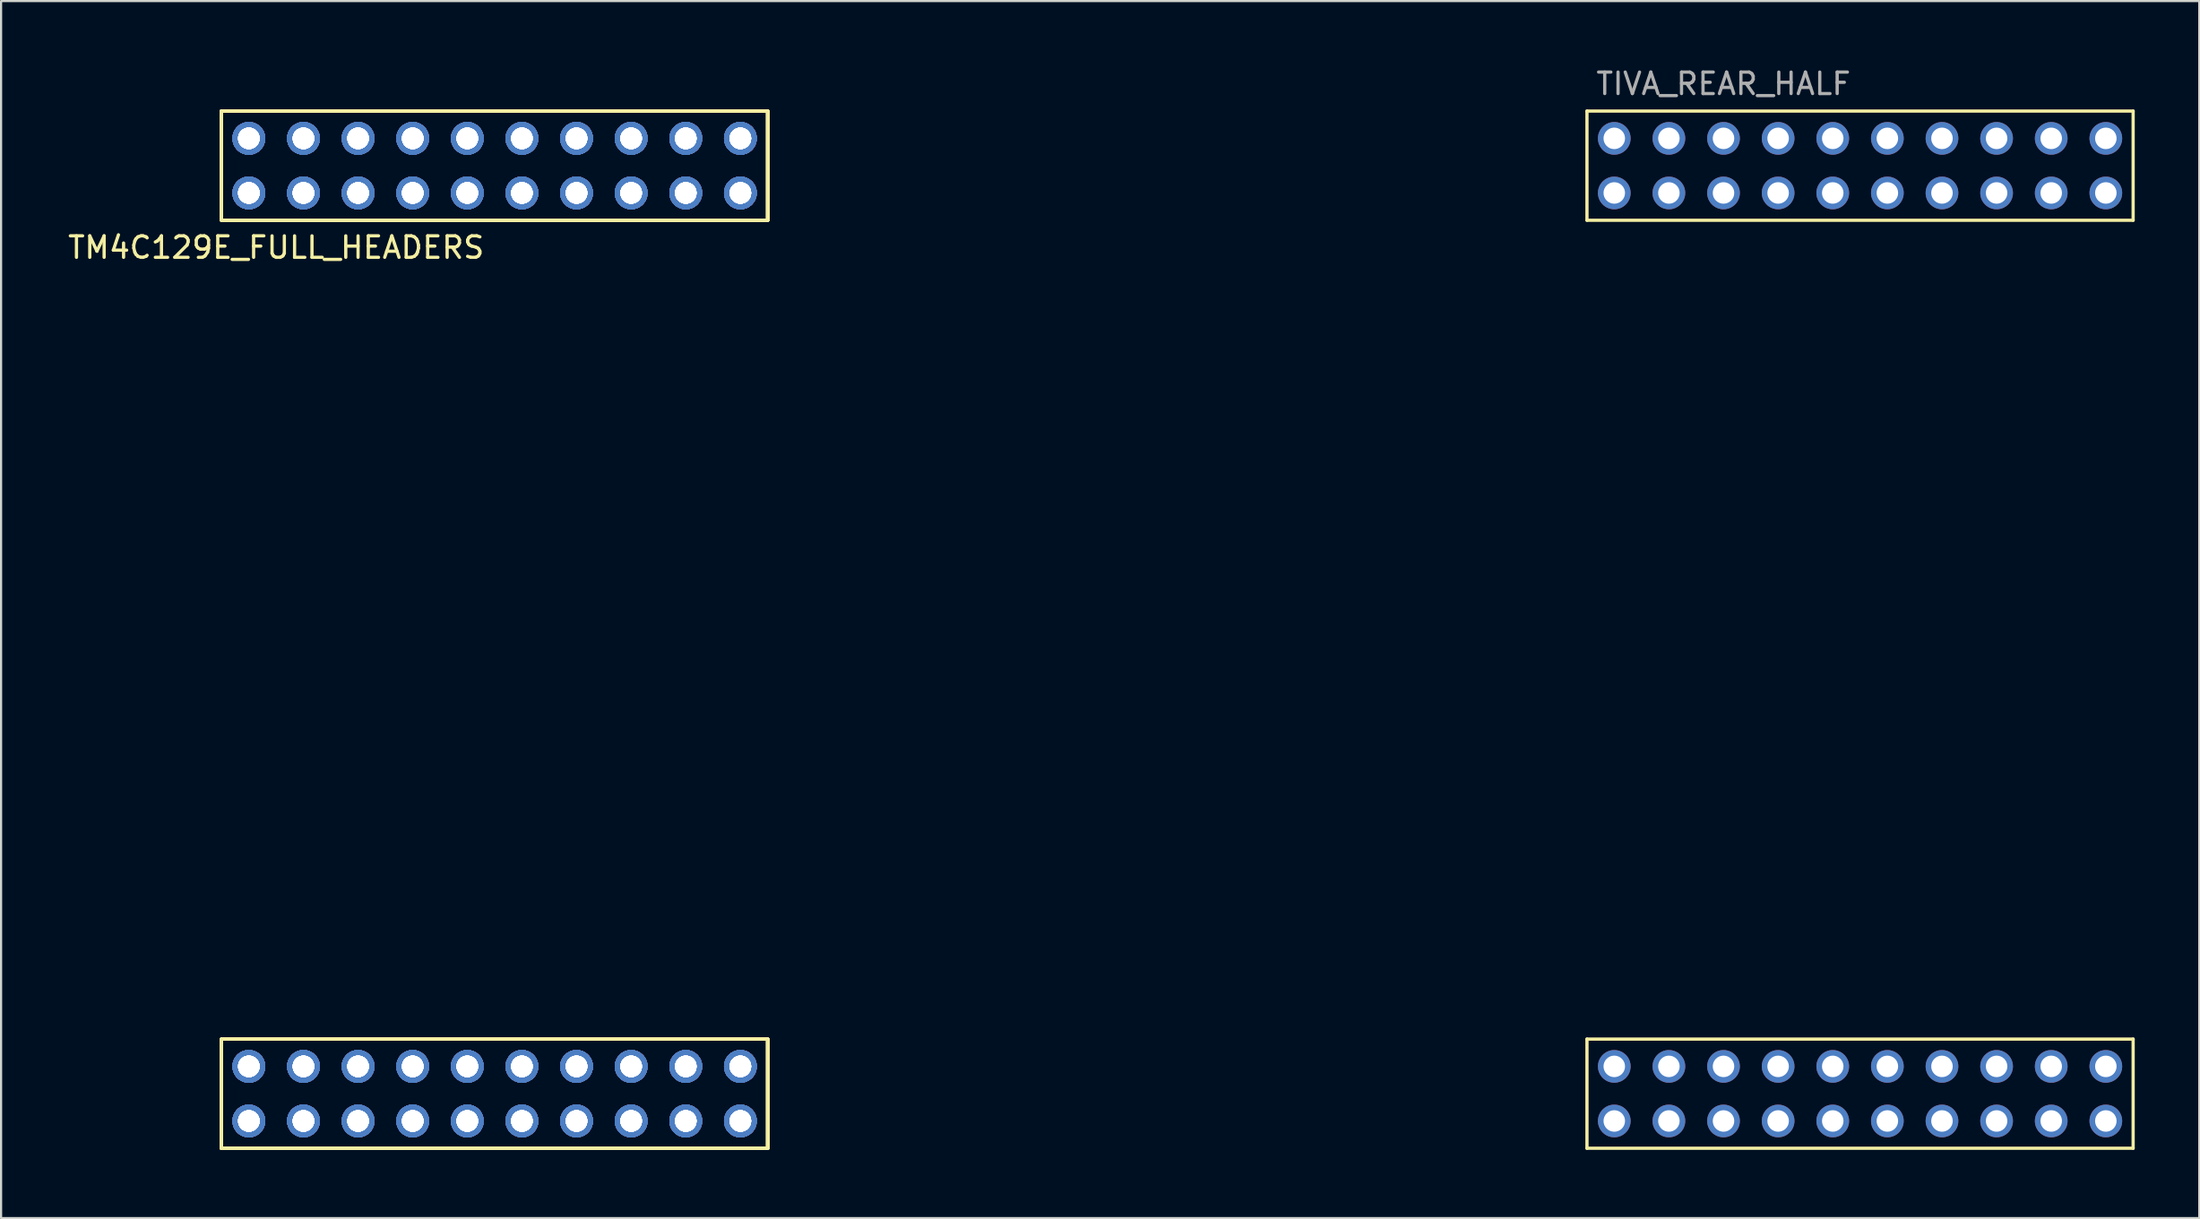
<source format=kicad_pcb>
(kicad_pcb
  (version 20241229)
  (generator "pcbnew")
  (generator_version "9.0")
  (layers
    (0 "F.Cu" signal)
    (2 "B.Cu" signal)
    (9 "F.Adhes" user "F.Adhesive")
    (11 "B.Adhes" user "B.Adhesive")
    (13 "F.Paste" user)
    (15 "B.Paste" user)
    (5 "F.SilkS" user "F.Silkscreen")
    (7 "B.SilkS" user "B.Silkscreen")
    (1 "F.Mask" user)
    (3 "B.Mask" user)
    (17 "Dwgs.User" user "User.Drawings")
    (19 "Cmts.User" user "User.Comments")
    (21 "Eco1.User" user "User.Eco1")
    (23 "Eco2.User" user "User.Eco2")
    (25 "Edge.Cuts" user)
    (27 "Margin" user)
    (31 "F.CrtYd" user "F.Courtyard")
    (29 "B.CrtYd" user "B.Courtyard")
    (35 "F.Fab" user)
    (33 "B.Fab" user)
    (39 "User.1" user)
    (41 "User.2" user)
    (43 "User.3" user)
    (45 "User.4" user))
  (footprint "TM4C129E_FULL_HEADERS"
    (layer "F.Cu")
    (at 7.252 50.378)
    (property "Reference" "TM4C129E_FULL_HEADERS" (at 2.54 -41.91 0) (layer "F.SilkS") (effects (font (size 1 1) (thickness 0.15))))
    (attr through_hole)
    (fp_line (start 0 -48.26) (end 0 -43.18) (stroke (width 0.15) (type solid)) (layer "F.SilkS"))
    (fp_line (start 0 -48.26) (end 0 -43.18) (stroke (width 0.15) (type solid)) (layer "F.SilkS"))
    (fp_line (start 0 -48.26) (end 0 -43.18) (stroke (width 0.15) (type solid)) (layer "F.SilkS"))
    (fp_line (start 0 -48.26) (end 0 -43.18) (stroke (width 0.15) (type solid)) (layer "F.SilkS"))
    (fp_line (start 0 -48.26) (end 0 -43.18) (stroke (width 0.15) (type solid)) (layer "F.SilkS"))
    (fp_line (start 0 -48.26) (end 0 -43.18) (stroke (width 0.15) (type solid)) (layer "F.SilkS"))
    (fp_line (start 0 -48.26) (end 0 -43.18) (stroke (width 0.15) (type solid)) (layer "F.SilkS"))
    (fp_line (start 0 -48.26) (end 0 -43.18) (stroke (width 0.15) (type solid)) (layer "F.SilkS"))
    (fp_line (start 0 -43.18) (end 25.4 -43.18) (stroke (width 0.15) (type solid)) (layer "F.SilkS"))
    (fp_line (start 0 -43.18) (end 25.4 -43.18) (stroke (width 0.15) (type solid)) (layer "F.SilkS"))
    (fp_line (start 0 -43.18) (end 25.4 -43.18) (stroke (width 0.15) (type solid)) (layer "F.SilkS"))
    (fp_line (start 0 -43.18) (end 25.4 -43.18) (stroke (width 0.15) (type solid)) (layer "F.SilkS"))
    (fp_line (start 0 -43.18) (end 25.4 -43.18) (stroke (width 0.15) (type solid)) (layer "F.SilkS"))
    (fp_line (start 0 -43.18) (end 25.4 -43.18) (stroke (width 0.15) (type solid)) (layer "F.SilkS"))
    (fp_line (start 0 -43.18) (end 25.4 -43.18) (stroke (width 0.15) (type solid)) (layer "F.SilkS"))
    (fp_line (start 0 -43.18) (end 25.4 -43.18) (stroke (width 0.15) (type solid)) (layer "F.SilkS"))
    (fp_line (start 0 -5.08) (end 0 0) (stroke (width 0.15) (type solid)) (layer "F.SilkS"))
    (fp_line (start 0 -5.08) (end 0 0) (stroke (width 0.15) (type solid)) (layer "F.SilkS"))
    (fp_line (start 0 -5.08) (end 0 0) (stroke (width 0.15) (type solid)) (layer "F.SilkS"))
    (fp_line (start 0 -5.08) (end 0 0) (stroke (width 0.15) (type solid)) (layer "F.SilkS"))
    (fp_line (start 0 -5.08) (end 0 0) (stroke (width 0.15) (type solid)) (layer "F.SilkS"))
    (fp_line (start 0 -5.08) (end 0 0) (stroke (width 0.15) (type solid)) (layer "F.SilkS"))
    (fp_line (start 0 -5.08) (end 0 0) (stroke (width 0.15) (type solid)) (layer "F.SilkS"))
    (fp_line (start 0 -5.08) (end 0 0) (stroke (width 0.15) (type solid)) (layer "F.SilkS"))
    (fp_line (start 0 0) (end 25.4 0) (stroke (width 0.15) (type solid)) (layer "F.SilkS"))
    (fp_line (start 0 0) (end 25.4 0) (stroke (width 0.15) (type solid)) (layer "F.SilkS"))
    (fp_line (start 0 0) (end 25.4 0) (stroke (width 0.15) (type solid)) (layer "F.SilkS"))
    (fp_line (start 0 0) (end 25.4 0) (stroke (width 0.15) (type solid)) (layer "F.SilkS"))
    (fp_line (start 0 0) (end 25.4 0) (stroke (width 0.15) (type solid)) (layer "F.SilkS"))
    (fp_line (start 0 0) (end 25.4 0) (stroke (width 0.15) (type solid)) (layer "F.SilkS"))
    (fp_line (start 0 0) (end 25.4 0) (stroke (width 0.15) (type solid)) (layer "F.SilkS"))
    (fp_line (start 0 0) (end 25.4 0) (stroke (width 0.15) (type solid)) (layer "F.SilkS"))
    (fp_line (start 25.4 -48.26) (end 0 -48.26) (stroke (width 0.15) (type solid)) (layer "F.SilkS"))
    (fp_line (start 25.4 -48.26) (end 0 -48.26) (stroke (width 0.15) (type solid)) (layer "F.SilkS"))
    (fp_line (start 25.4 -48.26) (end 0 -48.26) (stroke (width 0.15) (type solid)) (layer "F.SilkS"))
    (fp_line (start 25.4 -48.26) (end 0 -48.26) (stroke (width 0.15) (type solid)) (layer "F.SilkS"))
    (fp_line (start 25.4 -48.26) (end 0 -48.26) (stroke (width 0.15) (type solid)) (layer "F.SilkS"))
    (fp_line (start 25.4 -48.26) (end 0 -48.26) (stroke (width 0.15) (type solid)) (layer "F.SilkS"))
    (fp_line (start 25.4 -48.26) (end 0 -48.26) (stroke (width 0.15) (type solid)) (layer "F.SilkS"))
    (fp_line (start 25.4 -48.26) (end 0 -48.26) (stroke (width 0.15) (type solid)) (layer "F.SilkS"))
    (fp_line (start 25.4 -43.18) (end 25.4 -48.26) (stroke (width 0.15) (type solid)) (layer "F.SilkS"))
    (fp_line (start 25.4 -43.18) (end 25.4 -48.26) (stroke (width 0.15) (type solid)) (layer "F.SilkS"))
    (fp_line (start 25.4 -43.18) (end 25.4 -48.26) (stroke (width 0.15) (type solid)) (layer "F.SilkS"))
    (fp_line (start 25.4 -43.18) (end 25.4 -48.26) (stroke (width 0.15) (type solid)) (layer "F.SilkS"))
    (fp_line (start 25.4 -43.18) (end 25.4 -48.26) (stroke (width 0.15) (type solid)) (layer "F.SilkS"))
    (fp_line (start 25.4 -43.18) (end 25.4 -48.26) (stroke (width 0.15) (type solid)) (layer "F.SilkS"))
    (fp_line (start 25.4 -43.18) (end 25.4 -48.26) (stroke (width 0.15) (type solid)) (layer "F.SilkS"))
    (fp_line (start 25.4 -43.18) (end 25.4 -48.26) (stroke (width 0.15) (type solid)) (layer "F.SilkS"))
    (fp_line (start 25.4 -5.08) (end 0 -5.08) (stroke (width 0.15) (type solid)) (layer "F.SilkS"))
    (fp_line (start 25.4 -5.08) (end 0 -5.08) (stroke (width 0.15) (type solid)) (layer "F.SilkS"))
    (fp_line (start 25.4 -5.08) (end 0 -5.08) (stroke (width 0.15) (type solid)) (layer "F.SilkS"))
    (fp_line (start 25.4 -5.08) (end 0 -5.08) (stroke (width 0.15) (type solid)) (layer "F.SilkS"))
    (fp_line (start 25.4 -5.08) (end 0 -5.08) (stroke (width 0.15) (type solid)) (layer "F.SilkS"))
    (fp_line (start 25.4 -5.08) (end 0 -5.08) (stroke (width 0.15) (type solid)) (layer "F.SilkS"))
    (fp_line (start 25.4 -5.08) (end 0 -5.08) (stroke (width 0.15) (type solid)) (layer "F.SilkS"))
    (fp_line (start 25.4 -5.08) (end 0 -5.08) (stroke (width 0.15) (type solid)) (layer "F.SilkS"))
    (fp_line (start 25.4 0) (end 25.4 -5.08) (stroke (width 0.15) (type solid)) (layer "F.SilkS"))
    (fp_line (start 25.4 0) (end 25.4 -5.08) (stroke (width 0.15) (type solid)) (layer "F.SilkS"))
    (fp_line (start 25.4 0) (end 25.4 -5.08) (stroke (width 0.15) (type solid)) (layer "F.SilkS"))
    (fp_line (start 25.4 0) (end 25.4 -5.08) (stroke (width 0.15) (type solid)) (layer "F.SilkS"))
    (fp_line (start 25.4 0) (end 25.4 -5.08) (stroke (width 0.15) (type solid)) (layer "F.SilkS"))
    (fp_line (start 25.4 0) (end 25.4 -5.08) (stroke (width 0.15) (type solid)) (layer "F.SilkS"))
    (fp_line (start 25.4 0) (end 25.4 -5.08) (stroke (width 0.15) (type solid)) (layer "F.SilkS"))
    (fp_line (start 25.4 0) (end 25.4 -5.08) (stroke (width 0.15) (type solid)) (layer "F.SilkS"))
    (fp_line (start 63.5 -48.26) (end 63.5 -43.18) (stroke (width 0.15) (type solid)) (layer "F.SilkS"))
    (fp_line (start 63.5 -43.18) (end 88.9 -43.18) (stroke (width 0.15) (type solid)) (layer "F.SilkS"))
    (fp_line (start 63.5 -5.08) (end 63.5 0) (stroke (width 0.15) (type solid)) (layer "F.SilkS"))
    (fp_line (start 63.5 0) (end 88.9 0) (stroke (width 0.15) (type solid)) (layer "F.SilkS"))
    (fp_line (start 88.9 -48.26) (end 63.5 -48.26) (stroke (width 0.15) (type solid)) (layer "F.SilkS"))
    (fp_line (start 88.9 -43.18) (end 88.9 -48.26) (stroke (width 0.15) (type solid)) (layer "F.SilkS"))
    (fp_line (start 88.9 -5.08) (end 63.5 -5.08) (stroke (width 0.15) (type solid)) (layer "F.SilkS"))
    (fp_line (start 88.9 0) (end 88.9 -5.08) (stroke (width 0.15) (type solid)) (layer "F.SilkS"))
    (fp_text user "TIVA_REAR_HALF" (at 69.85 -49.53 0) (layer "F.Fab") (effects (font (size 1 1) (thickness 0.15))))
    (pad "A11" thru_hole circle (at 87.63 -46.99) (size 1.52 1.52) (drill 1) (layers "*.Cu" "*.Mask" "F.Paste"))
    (pad "A12" thru_hole circle (at 85.09 -46.99) (size 1.52 1.52) (drill 1) (layers "*.Cu" "*.Mask" "F.Paste"))
    (pad "A13" thru_hole circle (at 82.55 -46.99) (size 1.52 1.52) (drill 1) (layers "*.Cu" "*.Mask" "F.Paste"))
    (pad "A14" thru_hole circle (at 80.01 -46.99) (size 1.52 1.52) (drill 1) (layers "*.Cu" "*.Mask" "F.Paste"))
    (pad "A15" thru_hole circle (at 77.47 -46.99) (size 1.52 1.52) (drill 1) (layers "*.Cu" "*.Mask" "F.Paste"))
    (pad "A16" thru_hole circle (at 74.93 -46.99) (size 1.52 1.52) (drill 1) (layers "*.Cu" "*.Mask" "F.Paste"))
    (pad "A17" thru_hole circle (at 72.39 -46.99) (size 1.52 1.52) (drill 1) (layers "*.Cu" "*.Mask" "F.Paste"))
    (pad "A18" thru_hole circle (at 69.85 -46.99) (size 1.52 1.52) (drill 1) (layers "*.Cu" "*.Mask" "F.Paste"))
    (pad "A19" thru_hole circle (at 67.31 -46.99) (size 1.52 1.52) (drill 1) (layers "*.Cu" "*.Mask" "F.Paste"))
    (pad "A20" thru_hole circle (at 64.77 -46.99) (size 1.52 1.52) (drill 1) (layers "*.Cu" "*.Mask" "F.Paste"))
    (pad "A21" thru_hole circle (at 24.13 -46.99) (size 1.52 1.52) (drill 1) (layers "*.Cu" "*.Mask" "F.Paste"))
    (pad "A21" thru_hole circle (at 24.13 -46.99) (size 1.52 1.52) (drill 1) (layers "*.Cu" "*.Mask" "F.Paste"))
    (pad "A21" thru_hole circle (at 24.13 -46.99) (size 1.52 1.52) (drill 1) (layers "*.Cu" "*.Mask" "F.Paste"))
    (pad "A21" thru_hole circle (at 24.13 -46.99) (size 1.52 1.52) (drill 1) (layers "*.Cu" "*.Mask" "F.Paste"))
    (pad "A21" thru_hole circle (at 24.13 -46.99) (size 1.52 1.52) (drill 1) (layers "*.Cu" "*.Mask" "F.Paste"))
    (pad "A21" thru_hole circle (at 24.13 -46.99) (size 1.52 1.52) (drill 1) (layers "*.Cu" "*.Mask" "F.Paste"))
    (pad "A21" thru_hole circle (at 24.13 -46.99) (size 1.52 1.52) (drill 1) (layers "*.Cu" "*.Mask" "F.Paste"))
    (pad "A21" thru_hole circle (at 24.13 -46.99) (size 1.52 1.52) (drill 1) (layers "*.Cu" "*.Mask" "F.Paste"))
    (pad "A22" thru_hole circle (at 21.59 -46.99) (size 1.52 1.52) (drill 1) (layers "*.Cu" "*.Mask" "F.Paste"))
    (pad "A22" thru_hole circle (at 21.59 -46.99) (size 1.52 1.52) (drill 1) (layers "*.Cu" "*.Mask" "F.Paste"))
    (pad "A22" thru_hole circle (at 21.59 -46.99) (size 1.52 1.52) (drill 1) (layers "*.Cu" "*.Mask" "F.Paste"))
    (pad "A22" thru_hole circle (at 21.59 -46.99) (size 1.52 1.52) (drill 1) (layers "*.Cu" "*.Mask" "F.Paste"))
    (pad "A22" thru_hole circle (at 21.59 -46.99) (size 1.52 1.52) (drill 1) (layers "*.Cu" "*.Mask" "F.Paste"))
    (pad "A22" thru_hole circle (at 21.59 -46.99) (size 1.52 1.52) (drill 1) (layers "*.Cu" "*.Mask" "F.Paste"))
    (pad "A22" thru_hole circle (at 21.59 -46.99) (size 1.52 1.52) (drill 1) (layers "*.Cu" "*.Mask" "F.Paste"))
    (pad "A22" thru_hole circle (at 21.59 -46.99) (size 1.52 1.52) (drill 1) (layers "*.Cu" "*.Mask" "F.Paste"))
    (pad "A23" thru_hole circle (at 19.05 -46.99) (size 1.52 1.52) (drill 1) (layers "*.Cu" "*.Mask" "F.Paste"))
    (pad "A23" thru_hole circle (at 19.05 -46.99) (size 1.52 1.52) (drill 1) (layers "*.Cu" "*.Mask" "F.Paste"))
    (pad "A23" thru_hole circle (at 19.05 -46.99) (size 1.52 1.52) (drill 1) (layers "*.Cu" "*.Mask" "F.Paste"))
    (pad "A23" thru_hole circle (at 19.05 -46.99) (size 1.52 1.52) (drill 1) (layers "*.Cu" "*.Mask" "F.Paste"))
    (pad "A23" thru_hole circle (at 19.05 -46.99) (size 1.52 1.52) (drill 1) (layers "*.Cu" "*.Mask" "F.Paste"))
    (pad "A23" thru_hole circle (at 19.05 -46.99) (size 1.52 1.52) (drill 1) (layers "*.Cu" "*.Mask" "F.Paste"))
    (pad "A23" thru_hole circle (at 19.05 -46.99) (size 1.52 1.52) (drill 1) (layers "*.Cu" "*.Mask" "F.Paste"))
    (pad "A23" thru_hole circle (at 19.05 -46.99) (size 1.52 1.52) (drill 1) (layers "*.Cu" "*.Mask" "F.Paste"))
    (pad "A24" thru_hole circle (at 16.51 -46.99) (size 1.52 1.52) (drill 1) (layers "*.Cu" "*.Mask" "F.Paste"))
    (pad "A24" thru_hole circle (at 16.51 -46.99) (size 1.52 1.52) (drill 1) (layers "*.Cu" "*.Mask" "F.Paste"))
    (pad "A24" thru_hole circle (at 16.51 -46.99) (size 1.52 1.52) (drill 1) (layers "*.Cu" "*.Mask" "F.Paste"))
    (pad "A24" thru_hole circle (at 16.51 -46.99) (size 1.52 1.52) (drill 1) (layers "*.Cu" "*.Mask" "F.Paste"))
    (pad "A24" thru_hole circle (at 16.51 -46.99) (size 1.52 1.52) (drill 1) (layers "*.Cu" "*.Mask" "F.Paste"))
    (pad "A24" thru_hole circle (at 16.51 -46.99) (size 1.52 1.52) (drill 1) (layers "*.Cu" "*.Mask" "F.Paste"))
    (pad "A24" thru_hole circle (at 16.51 -46.99) (size 1.52 1.52) (drill 1) (layers "*.Cu" "*.Mask" "F.Paste"))
    (pad "A24" thru_hole circle (at 16.51 -46.99) (size 1.52 1.52) (drill 1) (layers "*.Cu" "*.Mask" "F.Paste"))
    (pad "A25" thru_hole circle (at 13.97 -46.99) (size 1.52 1.52) (drill 1) (layers "*.Cu" "*.Mask" "F.Paste"))
    (pad "A25" thru_hole circle (at 13.97 -46.99) (size 1.52 1.52) (drill 1) (layers "*.Cu" "*.Mask" "F.Paste"))
    (pad "A25" thru_hole circle (at 13.97 -46.99) (size 1.52 1.52) (drill 1) (layers "*.Cu" "*.Mask" "F.Paste"))
    (pad "A25" thru_hole circle (at 13.97 -46.99) (size 1.52 1.52) (drill 1) (layers "*.Cu" "*.Mask" "F.Paste"))
    (pad "A25" thru_hole circle (at 13.97 -46.99) (size 1.52 1.52) (drill 1) (layers "*.Cu" "*.Mask" "F.Paste"))
    (pad "A25" thru_hole circle (at 13.97 -46.99) (size 1.52 1.52) (drill 1) (layers "*.Cu" "*.Mask" "F.Paste"))
    (pad "A25" thru_hole circle (at 13.97 -46.99) (size 1.52 1.52) (drill 1) (layers "*.Cu" "*.Mask" "F.Paste"))
    (pad "A25" thru_hole circle (at 13.97 -46.99) (size 1.52 1.52) (drill 1) (layers "*.Cu" "*.Mask" "F.Paste"))
    (pad "A26" thru_hole circle (at 11.43 -46.99) (size 1.52 1.52) (drill 1) (layers "*.Cu" "*.Mask" "F.Paste"))
    (pad "A26" thru_hole circle (at 11.43 -46.99) (size 1.52 1.52) (drill 1) (layers "*.Cu" "*.Mask" "F.Paste"))
    (pad "A26" thru_hole circle (at 11.43 -46.99) (size 1.52 1.52) (drill 1) (layers "*.Cu" "*.Mask" "F.Paste"))
    (pad "A26" thru_hole circle (at 11.43 -46.99) (size 1.52 1.52) (drill 1) (layers "*.Cu" "*.Mask" "F.Paste"))
    (pad "A26" thru_hole circle (at 11.43 -46.99) (size 1.52 1.52) (drill 1) (layers "*.Cu" "*.Mask" "F.Paste"))
    (pad "A26" thru_hole circle (at 11.43 -46.99) (size 1.52 1.52) (drill 1) (layers "*.Cu" "*.Mask" "F.Paste"))
    (pad "A26" thru_hole circle (at 11.43 -46.99) (size 1.52 1.52) (drill 1) (layers "*.Cu" "*.Mask" "F.Paste"))
    (pad "A26" thru_hole circle (at 11.43 -46.99) (size 1.52 1.52) (drill 1) (layers "*.Cu" "*.Mask" "F.Paste"))
    (pad "A27" thru_hole circle (at 8.89 -46.99) (size 1.52 1.52) (drill 1) (layers "*.Cu" "*.Mask" "F.Paste"))
    (pad "A27" thru_hole circle (at 8.89 -46.99) (size 1.52 1.52) (drill 1) (layers "*.Cu" "*.Mask" "F.Paste"))
    (pad "A27" thru_hole circle (at 8.89 -46.99) (size 1.52 1.52) (drill 1) (layers "*.Cu" "*.Mask" "F.Paste"))
    (pad "A27" thru_hole circle (at 8.89 -46.99) (size 1.52 1.52) (drill 1) (layers "*.Cu" "*.Mask" "F.Paste"))
    (pad "A27" thru_hole circle (at 8.89 -46.99) (size 1.52 1.52) (drill 1) (layers "*.Cu" "*.Mask" "F.Paste"))
    (pad "A27" thru_hole circle (at 8.89 -46.99) (size 1.52 1.52) (drill 1) (layers "*.Cu" "*.Mask" "F.Paste"))
    (pad "A27" thru_hole circle (at 8.89 -46.99) (size 1.52 1.52) (drill 1) (layers "*.Cu" "*.Mask" "F.Paste"))
    (pad "A27" thru_hole circle (at 8.89 -46.99) (size 1.52 1.52) (drill 1) (layers "*.Cu" "*.Mask" "F.Paste"))
    (pad "A28" thru_hole circle (at 6.35 -46.99) (size 1.52 1.52) (drill 1) (layers "*.Cu" "*.Mask" "F.Paste"))
    (pad "A28" thru_hole circle (at 6.35 -46.99) (size 1.52 1.52) (drill 1) (layers "*.Cu" "*.Mask" "F.Paste"))
    (pad "A28" thru_hole circle (at 6.35 -46.99) (size 1.52 1.52) (drill 1) (layers "*.Cu" "*.Mask" "F.Paste"))
    (pad "A28" thru_hole circle (at 6.35 -46.99) (size 1.52 1.52) (drill 1) (layers "*.Cu" "*.Mask" "F.Paste"))
    (pad "A28" thru_hole circle (at 6.35 -46.99) (size 1.52 1.52) (drill 1) (layers "*.Cu" "*.Mask" "F.Paste"))
    (pad "A28" thru_hole circle (at 6.35 -46.99) (size 1.52 1.52) (drill 1) (layers "*.Cu" "*.Mask" "F.Paste"))
    (pad "A28" thru_hole circle (at 6.35 -46.99) (size 1.52 1.52) (drill 1) (layers "*.Cu" "*.Mask" "F.Paste"))
    (pad "A28" thru_hole circle (at 6.35 -46.99) (size 1.52 1.52) (drill 1) (layers "*.Cu" "*.Mask" "F.Paste"))
    (pad "A29" thru_hole circle (at 3.81 -46.99) (size 1.52 1.52) (drill 1) (layers "*.Cu" "*.Mask" "F.Paste"))
    (pad "A29" thru_hole circle (at 3.81 -46.99) (size 1.52 1.52) (drill 1) (layers "*.Cu" "*.Mask" "F.Paste"))
    (pad "A29" thru_hole circle (at 3.81 -46.99) (size 1.52 1.52) (drill 1) (layers "*.Cu" "*.Mask" "F.Paste"))
    (pad "A29" thru_hole circle (at 3.81 -46.99) (size 1.52 1.52) (drill 1) (layers "*.Cu" "*.Mask" "F.Paste"))
    (pad "A29" thru_hole circle (at 3.81 -46.99) (size 1.52 1.52) (drill 1) (layers "*.Cu" "*.Mask" "F.Paste"))
    (pad "A29" thru_hole circle (at 3.81 -46.99) (size 1.52 1.52) (drill 1) (layers "*.Cu" "*.Mask" "F.Paste"))
    (pad "A29" thru_hole circle (at 3.81 -46.99) (size 1.52 1.52) (drill 1) (layers "*.Cu" "*.Mask" "F.Paste"))
    (pad "A29" thru_hole circle (at 3.81 -46.99) (size 1.52 1.52) (drill 1) (layers "*.Cu" "*.Mask" "F.Paste"))
    (pad "A210" thru_hole circle (at 1.27 -46.99) (size 1.52 1.52) (drill 1) (layers "*.Cu" "*.Mask" "F.Paste"))
    (pad "A210" thru_hole circle (at 1.27 -46.99) (size 1.52 1.52) (drill 1) (layers "*.Cu" "*.Mask" "F.Paste"))
    (pad "A210" thru_hole circle (at 1.27 -46.99) (size 1.52 1.52) (drill 1) (layers "*.Cu" "*.Mask" "F.Paste"))
    (pad "A210" thru_hole circle (at 1.27 -46.99) (size 1.52 1.52) (drill 1) (layers "*.Cu" "*.Mask" "F.Paste"))
    (pad "A210" thru_hole circle (at 1.27 -46.99) (size 1.52 1.52) (drill 1) (layers "*.Cu" "*.Mask" "F.Paste"))
    (pad "A210" thru_hole circle (at 1.27 -46.99) (size 1.52 1.52) (drill 1) (layers "*.Cu" "*.Mask" "F.Paste"))
    (pad "A210" thru_hole circle (at 1.27 -46.99) (size 1.52 1.52) (drill 1) (layers "*.Cu" "*.Mask" "F.Paste"))
    (pad "A210" thru_hole circle (at 1.27 -46.99) (size 1.52 1.52) (drill 1) (layers "*.Cu" "*.Mask" "F.Paste"))
    (pad "B11" thru_hole circle (at 87.63 -44.45) (size 1.52 1.52) (drill 1) (layers "*.Cu" "*.Mask" "F.Paste"))
    (pad "B12" thru_hole circle (at 85.09 -44.45) (size 1.52 1.52) (drill 1) (layers "*.Cu" "*.Mask" "F.Paste"))
    (pad "B13" thru_hole circle (at 82.55 -44.45) (size 1.52 1.52) (drill 1) (layers "*.Cu" "*.Mask" "F.Paste"))
    (pad "B14" thru_hole circle (at 80.01 -44.45) (size 1.52 1.52) (drill 1) (layers "*.Cu" "*.Mask" "F.Paste"))
    (pad "B15" thru_hole circle (at 77.47 -44.45) (size 1.52 1.52) (drill 1) (layers "*.Cu" "*.Mask" "F.Paste"))
    (pad "B16" thru_hole circle (at 74.93 -44.45) (size 1.52 1.52) (drill 1) (layers "*.Cu" "*.Mask" "F.Paste"))
    (pad "B17" thru_hole circle (at 72.39 -44.45) (size 1.52 1.52) (drill 1) (layers "*.Cu" "*.Mask" "F.Paste"))
    (pad "B18" thru_hole circle (at 69.85 -44.45) (size 1.52 1.52) (drill 1) (layers "*.Cu" "*.Mask" "F.Paste"))
    (pad "B19" thru_hole circle (at 67.31 -44.45) (size 1.52 1.52) (drill 1) (layers "*.Cu" "*.Mask" "F.Paste"))
    (pad "B21" thru_hole circle (at 24.13 -44.45) (size 1.52 1.52) (drill 1) (layers "*.Cu" "*.Mask" "F.Paste"))
    (pad "B21" thru_hole circle (at 24.13 -44.45) (size 1.52 1.52) (drill 1) (layers "*.Cu" "*.Mask" "F.Paste"))
    (pad "B21" thru_hole circle (at 24.13 -44.45) (size 1.52 1.52) (drill 1) (layers "*.Cu" "*.Mask" "F.Paste"))
    (pad "B21" thru_hole circle (at 24.13 -44.45) (size 1.52 1.52) (drill 1) (layers "*.Cu" "*.Mask" "F.Paste"))
    (pad "B21" thru_hole circle (at 24.13 -44.45) (size 1.52 1.52) (drill 1) (layers "*.Cu" "*.Mask" "F.Paste"))
    (pad "B21" thru_hole circle (at 24.13 -44.45) (size 1.52 1.52) (drill 1) (layers "*.Cu" "*.Mask" "F.Paste"))
    (pad "B21" thru_hole circle (at 24.13 -44.45) (size 1.52 1.52) (drill 1) (layers "*.Cu" "*.Mask" "F.Paste"))
    (pad "B21" thru_hole circle (at 24.13 -44.45) (size 1.52 1.52) (drill 1) (layers "*.Cu" "*.Mask" "F.Paste"))
    (pad "B22" thru_hole circle (at 21.59 -44.45) (size 1.52 1.52) (drill 1) (layers "*.Cu" "*.Mask" "F.Paste"))
    (pad "B22" thru_hole circle (at 21.59 -44.45) (size 1.52 1.52) (drill 1) (layers "*.Cu" "*.Mask" "F.Paste"))
    (pad "B22" thru_hole circle (at 21.59 -44.45) (size 1.52 1.52) (drill 1) (layers "*.Cu" "*.Mask" "F.Paste"))
    (pad "B22" thru_hole circle (at 21.59 -44.45) (size 1.52 1.52) (drill 1) (layers "*.Cu" "*.Mask" "F.Paste"))
    (pad "B22" thru_hole circle (at 21.59 -44.45) (size 1.52 1.52) (drill 1) (layers "*.Cu" "*.Mask" "F.Paste"))
    (pad "B22" thru_hole circle (at 21.59 -44.45) (size 1.52 1.52) (drill 1) (layers "*.Cu" "*.Mask" "F.Paste"))
    (pad "B22" thru_hole circle (at 21.59 -44.45) (size 1.52 1.52) (drill 1) (layers "*.Cu" "*.Mask" "F.Paste"))
    (pad "B22" thru_hole circle (at 21.59 -44.45) (size 1.52 1.52) (drill 1) (layers "*.Cu" "*.Mask" "F.Paste"))
    (pad "B23" thru_hole circle (at 19.05 -44.45) (size 1.52 1.52) (drill 1) (layers "*.Cu" "*.Mask" "F.Paste"))
    (pad "B23" thru_hole circle (at 19.05 -44.45) (size 1.52 1.52) (drill 1) (layers "*.Cu" "*.Mask" "F.Paste"))
    (pad "B23" thru_hole circle (at 19.05 -44.45) (size 1.52 1.52) (drill 1) (layers "*.Cu" "*.Mask" "F.Paste"))
    (pad "B23" thru_hole circle (at 19.05 -44.45) (size 1.52 1.52) (drill 1) (layers "*.Cu" "*.Mask" "F.Paste"))
    (pad "B23" thru_hole circle (at 19.05 -44.45) (size 1.52 1.52) (drill 1) (layers "*.Cu" "*.Mask" "F.Paste"))
    (pad "B23" thru_hole circle (at 19.05 -44.45) (size 1.52 1.52) (drill 1) (layers "*.Cu" "*.Mask" "F.Paste"))
    (pad "B23" thru_hole circle (at 19.05 -44.45) (size 1.52 1.52) (drill 1) (layers "*.Cu" "*.Mask" "F.Paste"))
    (pad "B23" thru_hole circle (at 19.05 -44.45) (size 1.52 1.52) (drill 1) (layers "*.Cu" "*.Mask" "F.Paste"))
    (pad "B24" thru_hole circle (at 16.51 -44.45) (size 1.52 1.52) (drill 1) (layers "*.Cu" "*.Mask" "F.Paste"))
    (pad "B24" thru_hole circle (at 16.51 -44.45) (size 1.52 1.52) (drill 1) (layers "*.Cu" "*.Mask" "F.Paste"))
    (pad "B24" thru_hole circle (at 16.51 -44.45) (size 1.52 1.52) (drill 1) (layers "*.Cu" "*.Mask" "F.Paste"))
    (pad "B24" thru_hole circle (at 16.51 -44.45) (size 1.52 1.52) (drill 1) (layers "*.Cu" "*.Mask" "F.Paste"))
    (pad "B24" thru_hole circle (at 16.51 -44.45) (size 1.52 1.52) (drill 1) (layers "*.Cu" "*.Mask" "F.Paste"))
    (pad "B24" thru_hole circle (at 16.51 -44.45) (size 1.52 1.52) (drill 1) (layers "*.Cu" "*.Mask" "F.Paste"))
    (pad "B24" thru_hole circle (at 16.51 -44.45) (size 1.52 1.52) (drill 1) (layers "*.Cu" "*.Mask" "F.Paste"))
    (pad "B24" thru_hole circle (at 16.51 -44.45) (size 1.52 1.52) (drill 1) (layers "*.Cu" "*.Mask" "F.Paste"))
    (pad "B25" thru_hole circle (at 13.97 -44.45) (size 1.52 1.52) (drill 1) (layers "*.Cu" "*.Mask" "F.Paste"))
    (pad "B25" thru_hole circle (at 13.97 -44.45) (size 1.52 1.52) (drill 1) (layers "*.Cu" "*.Mask" "F.Paste"))
    (pad "B25" thru_hole circle (at 13.97 -44.45) (size 1.52 1.52) (drill 1) (layers "*.Cu" "*.Mask" "F.Paste"))
    (pad "B25" thru_hole circle (at 13.97 -44.45) (size 1.52 1.52) (drill 1) (layers "*.Cu" "*.Mask" "F.Paste"))
    (pad "B25" thru_hole circle (at 13.97 -44.45) (size 1.52 1.52) (drill 1) (layers "*.Cu" "*.Mask" "F.Paste"))
    (pad "B25" thru_hole circle (at 13.97 -44.45) (size 1.52 1.52) (drill 1) (layers "*.Cu" "*.Mask" "F.Paste"))
    (pad "B25" thru_hole circle (at 13.97 -44.45) (size 1.52 1.52) (drill 1) (layers "*.Cu" "*.Mask" "F.Paste"))
    (pad "B25" thru_hole circle (at 13.97 -44.45) (size 1.52 1.52) (drill 1) (layers "*.Cu" "*.Mask" "F.Paste"))
    (pad "B26" thru_hole circle (at 11.43 -44.45) (size 1.52 1.52) (drill 1) (layers "*.Cu" "*.Mask" "F.Paste"))
    (pad "B26" thru_hole circle (at 11.43 -44.45) (size 1.52 1.52) (drill 1) (layers "*.Cu" "*.Mask" "F.Paste"))
    (pad "B26" thru_hole circle (at 11.43 -44.45) (size 1.52 1.52) (drill 1) (layers "*.Cu" "*.Mask" "F.Paste"))
    (pad "B26" thru_hole circle (at 11.43 -44.45) (size 1.52 1.52) (drill 1) (layers "*.Cu" "*.Mask" "F.Paste"))
    (pad "B26" thru_hole circle (at 11.43 -44.45) (size 1.52 1.52) (drill 1) (layers "*.Cu" "*.Mask" "F.Paste"))
    (pad "B26" thru_hole circle (at 11.43 -44.45) (size 1.52 1.52) (drill 1) (layers "*.Cu" "*.Mask" "F.Paste"))
    (pad "B26" thru_hole circle (at 11.43 -44.45) (size 1.52 1.52) (drill 1) (layers "*.Cu" "*.Mask" "F.Paste"))
    (pad "B26" thru_hole circle (at 11.43 -44.45) (size 1.52 1.52) (drill 1) (layers "*.Cu" "*.Mask" "F.Paste"))
    (pad "B27" thru_hole circle (at 8.89 -44.45) (size 1.52 1.52) (drill 1) (layers "*.Cu" "*.Mask" "F.Paste"))
    (pad "B27" thru_hole circle (at 8.89 -44.45) (size 1.52 1.52) (drill 1) (layers "*.Cu" "*.Mask" "F.Paste"))
    (pad "B27" thru_hole circle (at 8.89 -44.45) (size 1.52 1.52) (drill 1) (layers "*.Cu" "*.Mask" "F.Paste"))
    (pad "B27" thru_hole circle (at 8.89 -44.45) (size 1.52 1.52) (drill 1) (layers "*.Cu" "*.Mask" "F.Paste"))
    (pad "B27" thru_hole circle (at 8.89 -44.45) (size 1.52 1.52) (drill 1) (layers "*.Cu" "*.Mask" "F.Paste"))
    (pad "B27" thru_hole circle (at 8.89 -44.45) (size 1.52 1.52) (drill 1) (layers "*.Cu" "*.Mask" "F.Paste"))
    (pad "B27" thru_hole circle (at 8.89 -44.45) (size 1.52 1.52) (drill 1) (layers "*.Cu" "*.Mask" "F.Paste"))
    (pad "B27" thru_hole circle (at 8.89 -44.45) (size 1.52 1.52) (drill 1) (layers "*.Cu" "*.Mask" "F.Paste"))
    (pad "B28" thru_hole circle (at 6.35 -44.45) (size 1.52 1.52) (drill 1) (layers "*.Cu" "*.Mask" "F.Paste"))
    (pad "B28" thru_hole circle (at 6.35 -44.45) (size 1.52 1.52) (drill 1) (layers "*.Cu" "*.Mask" "F.Paste"))
    (pad "B28" thru_hole circle (at 6.35 -44.45) (size 1.52 1.52) (drill 1) (layers "*.Cu" "*.Mask" "F.Paste"))
    (pad "B28" thru_hole circle (at 6.35 -44.45) (size 1.52 1.52) (drill 1) (layers "*.Cu" "*.Mask" "F.Paste"))
    (pad "B28" thru_hole circle (at 6.35 -44.45) (size 1.52 1.52) (drill 1) (layers "*.Cu" "*.Mask" "F.Paste"))
    (pad "B28" thru_hole circle (at 6.35 -44.45) (size 1.52 1.52) (drill 1) (layers "*.Cu" "*.Mask" "F.Paste"))
    (pad "B28" thru_hole circle (at 6.35 -44.45) (size 1.52 1.52) (drill 1) (layers "*.Cu" "*.Mask" "F.Paste"))
    (pad "B28" thru_hole circle (at 6.35 -44.45) (size 1.52 1.52) (drill 1) (layers "*.Cu" "*.Mask" "F.Paste"))
    (pad "B29" thru_hole circle (at 3.81 -44.45) (size 1.52 1.52) (drill 1) (layers "*.Cu" "*.Mask" "F.Paste"))
    (pad "B29" thru_hole circle (at 3.81 -44.45) (size 1.52 1.52) (drill 1) (layers "*.Cu" "*.Mask" "F.Paste"))
    (pad "B29" thru_hole circle (at 3.81 -44.45) (size 1.52 1.52) (drill 1) (layers "*.Cu" "*.Mask" "F.Paste"))
    (pad "B29" thru_hole circle (at 3.81 -44.45) (size 1.52 1.52) (drill 1) (layers "*.Cu" "*.Mask" "F.Paste"))
    (pad "B29" thru_hole circle (at 3.81 -44.45) (size 1.52 1.52) (drill 1) (layers "*.Cu" "*.Mask" "F.Paste"))
    (pad "B29" thru_hole circle (at 3.81 -44.45) (size 1.52 1.52) (drill 1) (layers "*.Cu" "*.Mask" "F.Paste"))
    (pad "B29" thru_hole circle (at 3.81 -44.45) (size 1.52 1.52) (drill 1) (layers "*.Cu" "*.Mask" "F.Paste"))
    (pad "B29" thru_hole circle (at 3.81 -44.45) (size 1.52 1.52) (drill 1) (layers "*.Cu" "*.Mask" "F.Paste"))
    (pad "B110" thru_hole circle (at 64.77 -44.45) (size 1.52 1.52) (drill 1) (layers "*.Cu" "*.Mask" "F.Paste"))
    (pad "B210" thru_hole circle (at 1.27 -44.45) (size 1.52 1.52) (drill 1) (layers "*.Cu" "*.Mask" "F.Paste"))
    (pad "B210" thru_hole circle (at 1.27 -44.45) (size 1.52 1.52) (drill 1) (layers "*.Cu" "*.Mask" "F.Paste"))
    (pad "B210" thru_hole circle (at 1.27 -44.45) (size 1.52 1.52) (drill 1) (layers "*.Cu" "*.Mask" "F.Paste"))
    (pad "B210" thru_hole circle (at 1.27 -44.45) (size 1.52 1.52) (drill 1) (layers "*.Cu" "*.Mask" "F.Paste"))
    (pad "B210" thru_hole circle (at 1.27 -44.45) (size 1.52 1.52) (drill 1) (layers "*.Cu" "*.Mask" "F.Paste"))
    (pad "B210" thru_hole circle (at 1.27 -44.45) (size 1.52 1.52) (drill 1) (layers "*.Cu" "*.Mask" "F.Paste"))
    (pad "B210" thru_hole circle (at 1.27 -44.45) (size 1.52 1.52) (drill 1) (layers "*.Cu" "*.Mask" "F.Paste"))
    (pad "B210" thru_hole circle (at 1.27 -44.45) (size 1.52 1.52) (drill 1) (layers "*.Cu" "*.Mask" "F.Paste"))
    (pad "C11" thru_hole circle (at 87.63 -3.81) (size 1.52 1.52) (drill 1) (layers "*.Cu" "*.Mask" "F.Paste"))
    (pad "C11" thru_hole circle (at 87.63 -1.27) (size 1.52 1.52) (drill 1) (layers "*.Cu" "*.Mask" "F.Paste"))
    (pad "C12" thru_hole circle (at 85.09 -3.81) (size 1.52 1.52) (drill 1) (layers "*.Cu" "*.Mask" "F.Paste"))
    (pad "C12" thru_hole circle (at 85.09 -1.27) (size 1.52 1.52) (drill 1) (layers "*.Cu" "*.Mask" "F.Paste"))
    (pad "C13" thru_hole circle (at 82.55 -3.81) (size 1.52 1.52) (drill 1) (layers "*.Cu" "*.Mask" "F.Paste"))
    (pad "C13" thru_hole circle (at 82.55 -1.27) (size 1.52 1.52) (drill 1) (layers "*.Cu" "*.Mask" "F.Paste"))
    (pad "C14" thru_hole circle (at 80.01 -3.81) (size 1.52 1.52) (drill 1) (layers "*.Cu" "*.Mask" "F.Paste"))
    (pad "C14" thru_hole circle (at 80.01 -1.27) (size 1.52 1.52) (drill 1) (layers "*.Cu" "*.Mask" "F.Paste"))
    (pad "C15" thru_hole circle (at 77.47 -3.81) (size 1.52 1.52) (drill 1) (layers "*.Cu" "*.Mask" "F.Paste"))
    (pad "C15" thru_hole circle (at 77.47 -1.27) (size 1.52 1.52) (drill 1) (layers "*.Cu" "*.Mask" "F.Paste"))
    (pad "C16" thru_hole circle (at 74.93 -3.81) (size 1.52 1.52) (drill 1) (layers "*.Cu" "*.Mask" "F.Paste"))
    (pad "C16" thru_hole circle (at 74.93 -1.27) (size 1.52 1.52) (drill 1) (layers "*.Cu" "*.Mask" "F.Paste"))
    (pad "C17" thru_hole circle (at 72.39 -3.81) (size 1.52 1.52) (drill 1) (layers "*.Cu" "*.Mask" "F.Paste"))
    (pad "C17" thru_hole circle (at 72.39 -1.27) (size 1.52 1.52) (drill 1) (layers "*.Cu" "*.Mask" "F.Paste"))
    (pad "C18" thru_hole circle (at 69.85 -3.81) (size 1.52 1.52) (drill 1) (layers "*.Cu" "*.Mask" "F.Paste"))
    (pad "C18" thru_hole circle (at 69.85 -1.27) (size 1.52 1.52) (drill 1) (layers "*.Cu" "*.Mask" "F.Paste"))
    (pad "C19" thru_hole circle (at 67.31 -3.81) (size 1.52 1.52) (drill 1) (layers "*.Cu" "*.Mask" "F.Paste"))
    (pad "C19" thru_hole circle (at 67.31 -1.27) (size 1.52 1.52) (drill 1) (layers "*.Cu" "*.Mask" "F.Paste"))
    (pad "C21" thru_hole circle (at 24.13 -3.81) (size 1.52 1.52) (drill 1) (layers "*.Cu" "*.Mask" "F.Paste"))
    (pad "C21" thru_hole circle (at 24.13 -3.81) (size 1.52 1.52) (drill 1) (layers "*.Cu" "*.Mask" "F.Paste"))
    (pad "C21" thru_hole circle (at 24.13 -3.81) (size 1.52 1.52) (drill 1) (layers "*.Cu" "*.Mask" "F.Paste"))
    (pad "C21" thru_hole circle (at 24.13 -3.81) (size 1.52 1.52) (drill 1) (layers "*.Cu" "*.Mask" "F.Paste"))
    (pad "C21" thru_hole circle (at 24.13 -3.81) (size 1.52 1.52) (drill 1) (layers "*.Cu" "*.Mask" "F.Paste"))
    (pad "C21" thru_hole circle (at 24.13 -3.81) (size 1.52 1.52) (drill 1) (layers "*.Cu" "*.Mask" "F.Paste"))
    (pad "C21" thru_hole circle (at 24.13 -3.81) (size 1.52 1.52) (drill 1) (layers "*.Cu" "*.Mask" "F.Paste"))
    (pad "C21" thru_hole circle (at 24.13 -3.81) (size 1.52 1.52) (drill 1) (layers "*.Cu" "*.Mask" "F.Paste"))
    (pad "C22" thru_hole circle (at 21.59 -3.81) (size 1.52 1.52) (drill 1) (layers "*.Cu" "*.Mask" "F.Paste"))
    (pad "C22" thru_hole circle (at 21.59 -3.81) (size 1.52 1.52) (drill 1) (layers "*.Cu" "*.Mask" "F.Paste"))
    (pad "C22" thru_hole circle (at 21.59 -3.81) (size 1.52 1.52) (drill 1) (layers "*.Cu" "*.Mask" "F.Paste"))
    (pad "C22" thru_hole circle (at 21.59 -3.81) (size 1.52 1.52) (drill 1) (layers "*.Cu" "*.Mask" "F.Paste"))
    (pad "C22" thru_hole circle (at 21.59 -3.81) (size 1.52 1.52) (drill 1) (layers "*.Cu" "*.Mask" "F.Paste"))
    (pad "C22" thru_hole circle (at 21.59 -3.81) (size 1.52 1.52) (drill 1) (layers "*.Cu" "*.Mask" "F.Paste"))
    (pad "C22" thru_hole circle (at 21.59 -3.81) (size 1.52 1.52) (drill 1) (layers "*.Cu" "*.Mask" "F.Paste"))
    (pad "C22" thru_hole circle (at 21.59 -3.81) (size 1.52 1.52) (drill 1) (layers "*.Cu" "*.Mask" "F.Paste"))
    (pad "C23" thru_hole circle (at 19.05 -3.81) (size 1.52 1.52) (drill 1) (layers "*.Cu" "*.Mask" "F.Paste"))
    (pad "C23" thru_hole circle (at 19.05 -3.81) (size 1.52 1.52) (drill 1) (layers "*.Cu" "*.Mask" "F.Paste"))
    (pad "C23" thru_hole circle (at 19.05 -3.81) (size 1.52 1.52) (drill 1) (layers "*.Cu" "*.Mask" "F.Paste"))
    (pad "C23" thru_hole circle (at 19.05 -3.81) (size 1.52 1.52) (drill 1) (layers "*.Cu" "*.Mask" "F.Paste"))
    (pad "C23" thru_hole circle (at 19.05 -3.81) (size 1.52 1.52) (drill 1) (layers "*.Cu" "*.Mask" "F.Paste"))
    (pad "C23" thru_hole circle (at 19.05 -3.81) (size 1.52 1.52) (drill 1) (layers "*.Cu" "*.Mask" "F.Paste"))
    (pad "C23" thru_hole circle (at 19.05 -3.81) (size 1.52 1.52) (drill 1) (layers "*.Cu" "*.Mask" "F.Paste"))
    (pad "C23" thru_hole circle (at 19.05 -3.81) (size 1.52 1.52) (drill 1) (layers "*.Cu" "*.Mask" "F.Paste"))
    (pad "C24" thru_hole circle (at 16.51 -3.81) (size 1.52 1.52) (drill 1) (layers "*.Cu" "*.Mask" "F.Paste"))
    (pad "C24" thru_hole circle (at 16.51 -3.81) (size 1.52 1.52) (drill 1) (layers "*.Cu" "*.Mask" "F.Paste"))
    (pad "C24" thru_hole circle (at 16.51 -3.81) (size 1.52 1.52) (drill 1) (layers "*.Cu" "*.Mask" "F.Paste"))
    (pad "C24" thru_hole circle (at 16.51 -3.81) (size 1.52 1.52) (drill 1) (layers "*.Cu" "*.Mask" "F.Paste"))
    (pad "C24" thru_hole circle (at 16.51 -3.81) (size 1.52 1.52) (drill 1) (layers "*.Cu" "*.Mask" "F.Paste"))
    (pad "C24" thru_hole circle (at 16.51 -3.81) (size 1.52 1.52) (drill 1) (layers "*.Cu" "*.Mask" "F.Paste"))
    (pad "C24" thru_hole circle (at 16.51 -3.81) (size 1.52 1.52) (drill 1) (layers "*.Cu" "*.Mask" "F.Paste"))
    (pad "C24" thru_hole circle (at 16.51 -3.81) (size 1.52 1.52) (drill 1) (layers "*.Cu" "*.Mask" "F.Paste"))
    (pad "C25" thru_hole circle (at 13.97 -3.81) (size 1.52 1.52) (drill 1) (layers "*.Cu" "*.Mask" "F.Paste"))
    (pad "C25" thru_hole circle (at 13.97 -3.81) (size 1.52 1.52) (drill 1) (layers "*.Cu" "*.Mask" "F.Paste"))
    (pad "C25" thru_hole circle (at 13.97 -3.81) (size 1.52 1.52) (drill 1) (layers "*.Cu" "*.Mask" "F.Paste"))
    (pad "C25" thru_hole circle (at 13.97 -3.81) (size 1.52 1.52) (drill 1) (layers "*.Cu" "*.Mask" "F.Paste"))
    (pad "C25" thru_hole circle (at 13.97 -3.81) (size 1.52 1.52) (drill 1) (layers "*.Cu" "*.Mask" "F.Paste"))
    (pad "C25" thru_hole circle (at 13.97 -3.81) (size 1.52 1.52) (drill 1) (layers "*.Cu" "*.Mask" "F.Paste"))
    (pad "C25" thru_hole circle (at 13.97 -3.81) (size 1.52 1.52) (drill 1) (layers "*.Cu" "*.Mask" "F.Paste"))
    (pad "C25" thru_hole circle (at 13.97 -3.81) (size 1.52 1.52) (drill 1) (layers "*.Cu" "*.Mask" "F.Paste"))
    (pad "C26" thru_hole circle (at 11.43 -3.81) (size 1.52 1.52) (drill 1) (layers "*.Cu" "*.Mask" "F.Paste"))
    (pad "C26" thru_hole circle (at 11.43 -3.81) (size 1.52 1.52) (drill 1) (layers "*.Cu" "*.Mask" "F.Paste"))
    (pad "C26" thru_hole circle (at 11.43 -3.81) (size 1.52 1.52) (drill 1) (layers "*.Cu" "*.Mask" "F.Paste"))
    (pad "C26" thru_hole circle (at 11.43 -3.81) (size 1.52 1.52) (drill 1) (layers "*.Cu" "*.Mask" "F.Paste"))
    (pad "C26" thru_hole circle (at 11.43 -3.81) (size 1.52 1.52) (drill 1) (layers "*.Cu" "*.Mask" "F.Paste"))
    (pad "C26" thru_hole circle (at 11.43 -3.81) (size 1.52 1.52) (drill 1) (layers "*.Cu" "*.Mask" "F.Paste"))
    (pad "C26" thru_hole circle (at 11.43 -3.81) (size 1.52 1.52) (drill 1) (layers "*.Cu" "*.Mask" "F.Paste"))
    (pad "C26" thru_hole circle (at 11.43 -3.81) (size 1.52 1.52) (drill 1) (layers "*.Cu" "*.Mask" "F.Paste"))
    (pad "C27" thru_hole circle (at 8.89 -3.81) (size 1.52 1.52) (drill 1) (layers "*.Cu" "*.Mask" "F.Paste"))
    (pad "C27" thru_hole circle (at 8.89 -3.81) (size 1.52 1.52) (drill 1) (layers "*.Cu" "*.Mask" "F.Paste"))
    (pad "C27" thru_hole circle (at 8.89 -3.81) (size 1.52 1.52) (drill 1) (layers "*.Cu" "*.Mask" "F.Paste"))
    (pad "C27" thru_hole circle (at 8.89 -3.81) (size 1.52 1.52) (drill 1) (layers "*.Cu" "*.Mask" "F.Paste"))
    (pad "C27" thru_hole circle (at 8.89 -3.81) (size 1.52 1.52) (drill 1) (layers "*.Cu" "*.Mask" "F.Paste"))
    (pad "C27" thru_hole circle (at 8.89 -3.81) (size 1.52 1.52) (drill 1) (layers "*.Cu" "*.Mask" "F.Paste"))
    (pad "C27" thru_hole circle (at 8.89 -3.81) (size 1.52 1.52) (drill 1) (layers "*.Cu" "*.Mask" "F.Paste"))
    (pad "C27" thru_hole circle (at 8.89 -3.81) (size 1.52 1.52) (drill 1) (layers "*.Cu" "*.Mask" "F.Paste"))
    (pad "C28" thru_hole circle (at 6.35 -3.81) (size 1.52 1.52) (drill 1) (layers "*.Cu" "*.Mask" "F.Paste"))
    (pad "C28" thru_hole circle (at 6.35 -3.81) (size 1.52 1.52) (drill 1) (layers "*.Cu" "*.Mask" "F.Paste"))
    (pad "C28" thru_hole circle (at 6.35 -3.81) (size 1.52 1.52) (drill 1) (layers "*.Cu" "*.Mask" "F.Paste"))
    (pad "C28" thru_hole circle (at 6.35 -3.81) (size 1.52 1.52) (drill 1) (layers "*.Cu" "*.Mask" "F.Paste"))
    (pad "C28" thru_hole circle (at 6.35 -3.81) (size 1.52 1.52) (drill 1) (layers "*.Cu" "*.Mask" "F.Paste"))
    (pad "C28" thru_hole circle (at 6.35 -3.81) (size 1.52 1.52) (drill 1) (layers "*.Cu" "*.Mask" "F.Paste"))
    (pad "C28" thru_hole circle (at 6.35 -3.81) (size 1.52 1.52) (drill 1) (layers "*.Cu" "*.Mask" "F.Paste"))
    (pad "C28" thru_hole circle (at 6.35 -3.81) (size 1.52 1.52) (drill 1) (layers "*.Cu" "*.Mask" "F.Paste"))
    (pad "C29" thru_hole circle (at 3.81 -3.81) (size 1.52 1.52) (drill 1) (layers "*.Cu" "*.Mask" "F.Paste"))
    (pad "C29" thru_hole circle (at 3.81 -3.81) (size 1.52 1.52) (drill 1) (layers "*.Cu" "*.Mask" "F.Paste"))
    (pad "C29" thru_hole circle (at 3.81 -3.81) (size 1.52 1.52) (drill 1) (layers "*.Cu" "*.Mask" "F.Paste"))
    (pad "C29" thru_hole circle (at 3.81 -3.81) (size 1.52 1.52) (drill 1) (layers "*.Cu" "*.Mask" "F.Paste"))
    (pad "C29" thru_hole circle (at 3.81 -3.81) (size 1.52 1.52) (drill 1) (layers "*.Cu" "*.Mask" "F.Paste"))
    (pad "C29" thru_hole circle (at 3.81 -3.81) (size 1.52 1.52) (drill 1) (layers "*.Cu" "*.Mask" "F.Paste"))
    (pad "C29" thru_hole circle (at 3.81 -3.81) (size 1.52 1.52) (drill 1) (layers "*.Cu" "*.Mask" "F.Paste"))
    (pad "C29" thru_hole circle (at 3.81 -3.81) (size 1.52 1.52) (drill 1) (layers "*.Cu" "*.Mask" "F.Paste"))
    (pad "C110" thru_hole circle (at 64.77 -3.81) (size 1.52 1.52) (drill 1) (layers "*.Cu" "*.Mask" "F.Paste"))
    (pad "C110" thru_hole circle (at 64.77 -1.27) (size 1.52 1.52) (drill 1) (layers "*.Cu" "*.Mask" "F.Paste"))
    (pad "C210" thru_hole circle (at 1.27 -3.81) (size 1.52 1.52) (drill 1) (layers "*.Cu" "*.Mask" "F.Paste"))
    (pad "C210" thru_hole circle (at 1.27 -3.81) (size 1.52 1.52) (drill 1) (layers "*.Cu" "*.Mask" "F.Paste"))
    (pad "C210" thru_hole circle (at 1.27 -3.81) (size 1.52 1.52) (drill 1) (layers "*.Cu" "*.Mask" "F.Paste"))
    (pad "C210" thru_hole circle (at 1.27 -3.81) (size 1.52 1.52) (drill 1) (layers "*.Cu" "*.Mask" "F.Paste"))
    (pad "C210" thru_hole circle (at 1.27 -3.81) (size 1.52 1.52) (drill 1) (layers "*.Cu" "*.Mask" "F.Paste"))
    (pad "C210" thru_hole circle (at 1.27 -3.81) (size 1.52 1.52) (drill 1) (layers "*.Cu" "*.Mask" "F.Paste"))
    (pad "C210" thru_hole circle (at 1.27 -3.81) (size 1.52 1.52) (drill 1) (layers "*.Cu" "*.Mask" "F.Paste"))
    (pad "C210" thru_hole circle (at 1.27 -3.81) (size 1.52 1.52) (drill 1) (layers "*.Cu" "*.Mask" "F.Paste"))
    (pad "D21" thru_hole circle (at 24.13 -1.27) (size 1.52 1.52) (drill 1) (layers "*.Cu" "*.Mask" "F.Paste"))
    (pad "D21" thru_hole circle (at 24.13 -1.27) (size 1.52 1.52) (drill 1) (layers "*.Cu" "*.Mask" "F.Paste"))
    (pad "D21" thru_hole circle (at 24.13 -1.27) (size 1.52 1.52) (drill 1) (layers "*.Cu" "*.Mask" "F.Paste"))
    (pad "D21" thru_hole circle (at 24.13 -1.27) (size 1.52 1.52) (drill 1) (layers "*.Cu" "*.Mask" "F.Paste"))
    (pad "D21" thru_hole circle (at 24.13 -1.27) (size 1.52 1.52) (drill 1) (layers "*.Cu" "*.Mask" "F.Paste"))
    (pad "D21" thru_hole circle (at 24.13 -1.27) (size 1.52 1.52) (drill 1) (layers "*.Cu" "*.Mask" "F.Paste"))
    (pad "D21" thru_hole circle (at 24.13 -1.27) (size 1.52 1.52) (drill 1) (layers "*.Cu" "*.Mask" "F.Paste"))
    (pad "D21" thru_hole circle (at 24.13 -1.27) (size 1.52 1.52) (drill 1) (layers "*.Cu" "*.Mask" "F.Paste"))
    (pad "D22" thru_hole circle (at 21.59 -1.27) (size 1.52 1.52) (drill 1) (layers "*.Cu" "*.Mask" "F.Paste"))
    (pad "D22" thru_hole circle (at 21.59 -1.27) (size 1.52 1.52) (drill 1) (layers "*.Cu" "*.Mask" "F.Paste"))
    (pad "D22" thru_hole circle (at 21.59 -1.27) (size 1.52 1.52) (drill 1) (layers "*.Cu" "*.Mask" "F.Paste"))
    (pad "D22" thru_hole circle (at 21.59 -1.27) (size 1.52 1.52) (drill 1) (layers "*.Cu" "*.Mask" "F.Paste"))
    (pad "D22" thru_hole circle (at 21.59 -1.27) (size 1.52 1.52) (drill 1) (layers "*.Cu" "*.Mask" "F.Paste"))
    (pad "D22" thru_hole circle (at 21.59 -1.27) (size 1.52 1.52) (drill 1) (layers "*.Cu" "*.Mask" "F.Paste"))
    (pad "D22" thru_hole circle (at 21.59 -1.27) (size 1.52 1.52) (drill 1) (layers "*.Cu" "*.Mask" "F.Paste"))
    (pad "D22" thru_hole circle (at 21.59 -1.27) (size 1.52 1.52) (drill 1) (layers "*.Cu" "*.Mask" "F.Paste"))
    (pad "D23" thru_hole circle (at 19.05 -1.27) (size 1.52 1.52) (drill 1) (layers "*.Cu" "*.Mask" "F.Paste"))
    (pad "D23" thru_hole circle (at 19.05 -1.27) (size 1.52 1.52) (drill 1) (layers "*.Cu" "*.Mask" "F.Paste"))
    (pad "D23" thru_hole circle (at 19.05 -1.27) (size 1.52 1.52) (drill 1) (layers "*.Cu" "*.Mask" "F.Paste"))
    (pad "D23" thru_hole circle (at 19.05 -1.27) (size 1.52 1.52) (drill 1) (layers "*.Cu" "*.Mask" "F.Paste"))
    (pad "D23" thru_hole circle (at 19.05 -1.27) (size 1.52 1.52) (drill 1) (layers "*.Cu" "*.Mask" "F.Paste"))
    (pad "D23" thru_hole circle (at 19.05 -1.27) (size 1.52 1.52) (drill 1) (layers "*.Cu" "*.Mask" "F.Paste"))
    (pad "D23" thru_hole circle (at 19.05 -1.27) (size 1.52 1.52) (drill 1) (layers "*.Cu" "*.Mask" "F.Paste"))
    (pad "D23" thru_hole circle (at 19.05 -1.27) (size 1.52 1.52) (drill 1) (layers "*.Cu" "*.Mask" "F.Paste"))
    (pad "D24" thru_hole circle (at 16.51 -1.27) (size 1.52 1.52) (drill 1) (layers "*.Cu" "*.Mask" "F.Paste"))
    (pad "D24" thru_hole circle (at 16.51 -1.27) (size 1.52 1.52) (drill 1) (layers "*.Cu" "*.Mask" "F.Paste"))
    (pad "D24" thru_hole circle (at 16.51 -1.27) (size 1.52 1.52) (drill 1) (layers "*.Cu" "*.Mask" "F.Paste"))
    (pad "D24" thru_hole circle (at 16.51 -1.27) (size 1.52 1.52) (drill 1) (layers "*.Cu" "*.Mask" "F.Paste"))
    (pad "D24" thru_hole circle (at 16.51 -1.27) (size 1.52 1.52) (drill 1) (layers "*.Cu" "*.Mask" "F.Paste"))
    (pad "D24" thru_hole circle (at 16.51 -1.27) (size 1.52 1.52) (drill 1) (layers "*.Cu" "*.Mask" "F.Paste"))
    (pad "D24" thru_hole circle (at 16.51 -1.27) (size 1.52 1.52) (drill 1) (layers "*.Cu" "*.Mask" "F.Paste"))
    (pad "D24" thru_hole circle (at 16.51 -1.27) (size 1.52 1.52) (drill 1) (layers "*.Cu" "*.Mask" "F.Paste"))
    (pad "D25" thru_hole circle (at 13.97 -1.27) (size 1.52 1.52) (drill 1) (layers "*.Cu" "*.Mask" "F.Paste"))
    (pad "D25" thru_hole circle (at 13.97 -1.27) (size 1.52 1.52) (drill 1) (layers "*.Cu" "*.Mask" "F.Paste"))
    (pad "D25" thru_hole circle (at 13.97 -1.27) (size 1.52 1.52) (drill 1) (layers "*.Cu" "*.Mask" "F.Paste"))
    (pad "D25" thru_hole circle (at 13.97 -1.27) (size 1.52 1.52) (drill 1) (layers "*.Cu" "*.Mask" "F.Paste"))
    (pad "D25" thru_hole circle (at 13.97 -1.27) (size 1.52 1.52) (drill 1) (layers "*.Cu" "*.Mask" "F.Paste"))
    (pad "D25" thru_hole circle (at 13.97 -1.27) (size 1.52 1.52) (drill 1) (layers "*.Cu" "*.Mask" "F.Paste"))
    (pad "D25" thru_hole circle (at 13.97 -1.27) (size 1.52 1.52) (drill 1) (layers "*.Cu" "*.Mask" "F.Paste"))
    (pad "D25" thru_hole circle (at 13.97 -1.27) (size 1.52 1.52) (drill 1) (layers "*.Cu" "*.Mask" "F.Paste"))
    (pad "D26" thru_hole circle (at 11.43 -1.27) (size 1.52 1.52) (drill 1) (layers "*.Cu" "*.Mask" "F.Paste"))
    (pad "D26" thru_hole circle (at 11.43 -1.27) (size 1.52 1.52) (drill 1) (layers "*.Cu" "*.Mask" "F.Paste"))
    (pad "D26" thru_hole circle (at 11.43 -1.27) (size 1.52 1.52) (drill 1) (layers "*.Cu" "*.Mask" "F.Paste"))
    (pad "D26" thru_hole circle (at 11.43 -1.27) (size 1.52 1.52) (drill 1) (layers "*.Cu" "*.Mask" "F.Paste"))
    (pad "D26" thru_hole circle (at 11.43 -1.27) (size 1.52 1.52) (drill 1) (layers "*.Cu" "*.Mask" "F.Paste"))
    (pad "D26" thru_hole circle (at 11.43 -1.27) (size 1.52 1.52) (drill 1) (layers "*.Cu" "*.Mask" "F.Paste"))
    (pad "D26" thru_hole circle (at 11.43 -1.27) (size 1.52 1.52) (drill 1) (layers "*.Cu" "*.Mask" "F.Paste"))
    (pad "D26" thru_hole circle (at 11.43 -1.27) (size 1.52 1.52) (drill 1) (layers "*.Cu" "*.Mask" "F.Paste"))
    (pad "D27" thru_hole circle (at 8.89 -1.27) (size 1.52 1.52) (drill 1) (layers "*.Cu" "*.Mask" "F.Paste"))
    (pad "D27" thru_hole circle (at 8.89 -1.27) (size 1.52 1.52) (drill 1) (layers "*.Cu" "*.Mask" "F.Paste"))
    (pad "D27" thru_hole circle (at 8.89 -1.27) (size 1.52 1.52) (drill 1) (layers "*.Cu" "*.Mask" "F.Paste"))
    (pad "D27" thru_hole circle (at 8.89 -1.27) (size 1.52 1.52) (drill 1) (layers "*.Cu" "*.Mask" "F.Paste"))
    (pad "D27" thru_hole circle (at 8.89 -1.27) (size 1.52 1.52) (drill 1) (layers "*.Cu" "*.Mask" "F.Paste"))
    (pad "D27" thru_hole circle (at 8.89 -1.27) (size 1.52 1.52) (drill 1) (layers "*.Cu" "*.Mask" "F.Paste"))
    (pad "D27" thru_hole circle (at 8.89 -1.27) (size 1.52 1.52) (drill 1) (layers "*.Cu" "*.Mask" "F.Paste"))
    (pad "D27" thru_hole circle (at 8.89 -1.27) (size 1.52 1.52) (drill 1) (layers "*.Cu" "*.Mask" "F.Paste"))
    (pad "D28" thru_hole circle (at 6.35 -1.27) (size 1.52 1.52) (drill 1) (layers "*.Cu" "*.Mask" "F.Paste"))
    (pad "D28" thru_hole circle (at 6.35 -1.27) (size 1.52 1.52) (drill 1) (layers "*.Cu" "*.Mask" "F.Paste"))
    (pad "D28" thru_hole circle (at 6.35 -1.27) (size 1.52 1.52) (drill 1) (layers "*.Cu" "*.Mask" "F.Paste"))
    (pad "D28" thru_hole circle (at 6.35 -1.27) (size 1.52 1.52) (drill 1) (layers "*.Cu" "*.Mask" "F.Paste"))
    (pad "D28" thru_hole circle (at 6.35 -1.27) (size 1.52 1.52) (drill 1) (layers "*.Cu" "*.Mask" "F.Paste"))
    (pad "D28" thru_hole circle (at 6.35 -1.27) (size 1.52 1.52) (drill 1) (layers "*.Cu" "*.Mask" "F.Paste"))
    (pad "D28" thru_hole circle (at 6.35 -1.27) (size 1.52 1.52) (drill 1) (layers "*.Cu" "*.Mask" "F.Paste"))
    (pad "D28" thru_hole circle (at 6.35 -1.27) (size 1.52 1.52) (drill 1) (layers "*.Cu" "*.Mask" "F.Paste"))
    (pad "D29" thru_hole circle (at 3.81 -1.27) (size 1.52 1.52) (drill 1) (layers "*.Cu" "*.Mask" "F.Paste"))
    (pad "D29" thru_hole circle (at 3.81 -1.27) (size 1.52 1.52) (drill 1) (layers "*.Cu" "*.Mask" "F.Paste"))
    (pad "D29" thru_hole circle (at 3.81 -1.27) (size 1.52 1.52) (drill 1) (layers "*.Cu" "*.Mask" "F.Paste"))
    (pad "D29" thru_hole circle (at 3.81 -1.27) (size 1.52 1.52) (drill 1) (layers "*.Cu" "*.Mask" "F.Paste"))
    (pad "D29" thru_hole circle (at 3.81 -1.27) (size 1.52 1.52) (drill 1) (layers "*.Cu" "*.Mask" "F.Paste"))
    (pad "D29" thru_hole circle (at 3.81 -1.27) (size 1.52 1.52) (drill 1) (layers "*.Cu" "*.Mask" "F.Paste"))
    (pad "D29" thru_hole circle (at 3.81 -1.27) (size 1.52 1.52) (drill 1) (layers "*.Cu" "*.Mask" "F.Paste"))
    (pad "D29" thru_hole circle (at 3.81 -1.27) (size 1.52 1.52) (drill 1) (layers "*.Cu" "*.Mask" "F.Paste"))
    (pad "D210" thru_hole circle (at 1.27 -1.27) (size 1.52 1.52) (drill 1) (layers "*.Cu" "*.Mask" "F.Paste"))
    (pad "D210" thru_hole circle (at 1.27 -1.27) (size 1.52 1.52) (drill 1) (layers "*.Cu" "*.Mask" "F.Paste"))
    (pad "D210" thru_hole circle (at 1.27 -1.27) (size 1.52 1.52) (drill 1) (layers "*.Cu" "*.Mask" "F.Paste"))
    (pad "D210" thru_hole circle (at 1.27 -1.27) (size 1.52 1.52) (drill 1) (layers "*.Cu" "*.Mask" "F.Paste"))
    (pad "D210" thru_hole circle (at 1.27 -1.27) (size 1.52 1.52) (drill 1) (layers "*.Cu" "*.Mask" "F.Paste"))
    (pad "D210" thru_hole circle (at 1.27 -1.27) (size 1.52 1.52) (drill 1) (layers "*.Cu" "*.Mask" "F.Paste"))
    (pad "D210" thru_hole circle (at 1.27 -1.27) (size 1.52 1.52) (drill 1) (layers "*.Cu" "*.Mask" "F.Paste"))
    (pad "D210" thru_hole circle (at 1.27 -1.27) (size 1.52 1.52) (drill 1) (layers "*.Cu" "*.Mask" "F.Paste")))
  (gr_rect
    (start -3 -3)
    (end 99.227 53.628)
    (stroke (width 0.1) (type default))
    (fill no)
    (layer "Edge.Cuts")))
</source>
